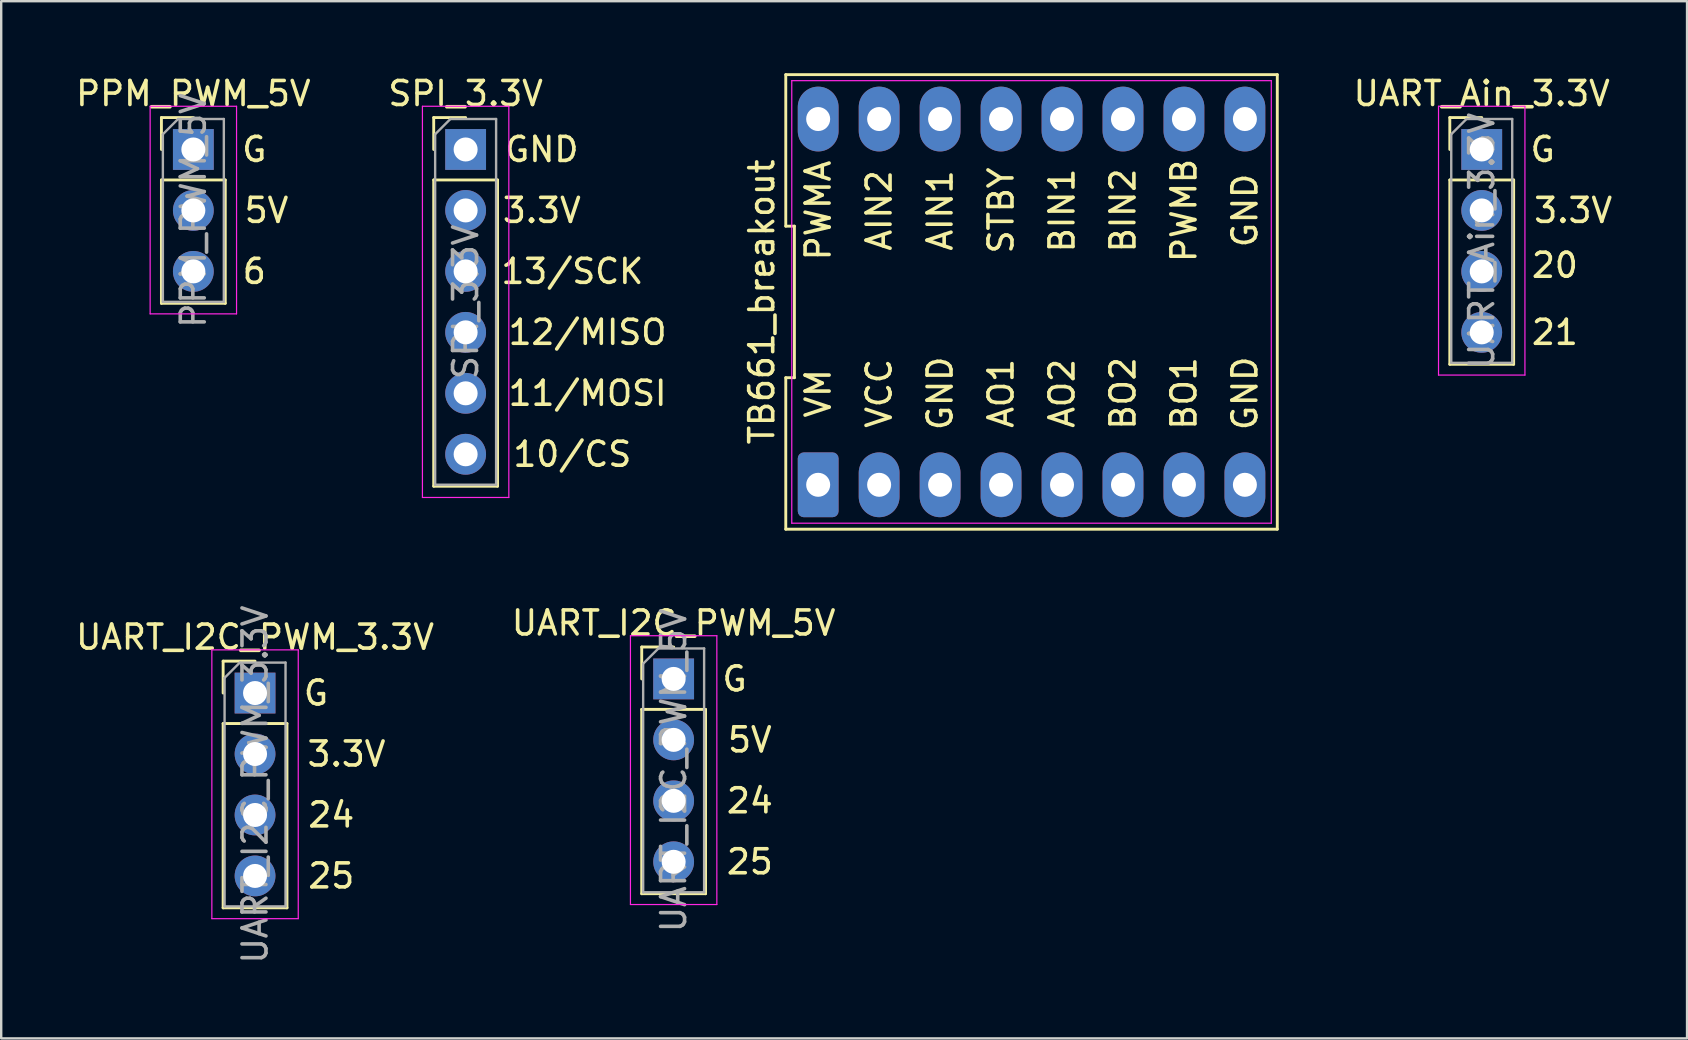
<source format=kicad_pcb>
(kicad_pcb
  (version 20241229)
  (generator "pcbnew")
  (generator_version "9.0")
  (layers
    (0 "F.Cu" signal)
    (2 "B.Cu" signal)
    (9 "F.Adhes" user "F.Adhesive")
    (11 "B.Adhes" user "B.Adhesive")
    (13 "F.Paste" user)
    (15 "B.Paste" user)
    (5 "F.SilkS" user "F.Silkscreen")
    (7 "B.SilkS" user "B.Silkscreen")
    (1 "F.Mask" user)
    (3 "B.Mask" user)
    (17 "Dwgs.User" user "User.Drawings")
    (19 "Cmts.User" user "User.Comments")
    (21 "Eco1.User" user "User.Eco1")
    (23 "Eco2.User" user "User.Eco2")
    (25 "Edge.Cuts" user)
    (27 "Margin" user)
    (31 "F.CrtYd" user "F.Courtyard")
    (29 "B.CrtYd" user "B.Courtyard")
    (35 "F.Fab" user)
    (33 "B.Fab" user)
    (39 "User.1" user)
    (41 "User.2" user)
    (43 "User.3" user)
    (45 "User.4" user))
  (footprint "UART_Ain_3.3V"
    (layer "F.Cu")
    (at 58.688 3.178)
    (property "Reference" "UART_Ain_3.3V" (at 0 -2.33 0) (layer "F.SilkS") (effects (font (size 1 1) (thickness 0.15))))
    (attr through_hole)
    (fp_line (start -1.33 -1.33) (end 0 -1.33) (stroke (width 0.12) (type solid)) (layer "F.SilkS"))
    (fp_line (start -1.33 0) (end -1.33 -1.33) (stroke (width 0.12) (type solid)) (layer "F.SilkS"))
    (fp_line (start -1.33 1.27) (end -1.33 8.95) (stroke (width 0.12) (type solid)) (layer "F.SilkS"))
    (fp_line (start -1.33 1.27) (end 1.33 1.27) (stroke (width 0.12) (type solid)) (layer "F.SilkS"))
    (fp_line (start -1.33 8.95) (end 1.33 8.95) (stroke (width 0.12) (type solid)) (layer "F.SilkS"))
    (fp_line (start 1.33 1.27) (end 1.33 8.95) (stroke (width 0.12) (type solid)) (layer "F.SilkS"))
    (fp_line (start -1.8 -1.8) (end -1.8 9.4) (stroke (width 0.05) (type solid)) (layer "F.CrtYd"))
    (fp_line (start -1.8 9.4) (end 1.8 9.4) (stroke (width 0.05) (type solid)) (layer "F.CrtYd"))
    (fp_line (start 1.8 -1.8) (end -1.8 -1.8) (stroke (width 0.05) (type solid)) (layer "F.CrtYd"))
    (fp_line (start 1.8 9.4) (end 1.8 -1.8) (stroke (width 0.05) (type solid)) (layer "F.CrtYd"))
    (fp_line (start -1.27 -0.635) (end -0.635 -1.27) (stroke (width 0.1) (type solid)) (layer "F.Fab"))
    (fp_line (start -1.27 8.89) (end -1.27 -0.635) (stroke (width 0.1) (type solid)) (layer "F.Fab"))
    (fp_line (start -0.635 -1.27) (end 1.27 -1.27) (stroke (width 0.1) (type solid)) (layer "F.Fab"))
    (fp_line (start 1.27 -1.27) (end 1.27 8.89) (stroke (width 0.1) (type solid)) (layer "F.Fab"))
    (fp_line (start 1.27 8.89) (end -1.27 8.89) (stroke (width 0.1) (type solid)) (layer "F.Fab"))
    (fp_text user "3.3V" (at 3.81 2.54 0) (layer "F.SilkS") (effects (font (size 1 1) (thickness 0.15))))
    (fp_text user "G" (at 2.54 0 0) (layer "F.SilkS") (effects (font (size 1 1) (thickness 0.15))))
    (fp_text user "21" (at 3.048 7.62 0) (layer "F.SilkS") (effects (font (size 1 1) (thickness 0.15))))
    (fp_text user "20" (at 3.048 4.826 0) (layer "F.SilkS") (effects (font (size 1 1) (thickness 0.15))))
    (fp_text user "${REFERENCE}" (at 0 3.81 90) (layer "F.Fab") (effects (font (size 1 1) (thickness 0.15))))
    (pad "1" thru_hole rect (at 0 0) (size 1.7 1.7) (drill 1) (layers "*.Cu" "*.Mask"))
    (pad "2" thru_hole oval (at 0 2.54) (size 1.7 1.7) (drill 1) (layers "*.Cu" "*.Mask"))
    (pad "3" thru_hole oval (at 0 5.08) (size 1.7 1.7) (drill 1) (layers "*.Cu" "*.Mask"))
    (pad "4" thru_hole oval (at 0 7.62) (size 1.7 1.7) (drill 1) (layers "*.Cu" "*.Mask")))
  (footprint "TB661_breakout"
    (layer "F.Cu")
    (at 39.93 9.53)
    (property "Reference" "TB661_breakout" (at -11.24 0 90) (layer "F.SilkS") (effects (font (size 1 1) (thickness 0.15))))
    (attr through_hole)
    (fp_line (start -10.24 -9.47) (end -10.24 -3.157) (stroke (width 0.12) (type solid)) (layer "F.SilkS"))
    (fp_line (start -10.24 -3.157) (end -9.88 -3.157) (stroke (width 0.12) (type solid)) (layer "F.SilkS"))
    (fp_line (start -10.24 3.157) (end -10.24 9.47) (stroke (width 0.12) (type solid)) (layer "F.SilkS"))
    (fp_line (start -10.24 9.47) (end 10.24 9.47) (stroke (width 0.12) (type solid)) (layer "F.SilkS"))
    (fp_line (start -9.88 -3.157) (end -9.88 3.157) (stroke (width 0.12) (type solid)) (layer "F.SilkS"))
    (fp_line (start -9.88 3.157) (end -10.24 3.157) (stroke (width 0.12) (type solid)) (layer "F.SilkS"))
    (fp_line (start 10.24 -9.47) (end -10.24 -9.47) (stroke (width 0.12) (type solid)) (layer "F.SilkS"))
    (fp_line (start 10.24 9.47) (end 10.24 -9.47) (stroke (width 0.12) (type solid)) (layer "F.SilkS"))
    (fp_line (start -9.99 -9.22) (end 9.99 -9.22) (stroke (width 0.05) (type solid)) (layer "F.CrtYd"))
    (fp_line (start -9.99 9.22) (end -9.99 -9.22) (stroke (width 0.05) (type solid)) (layer "F.CrtYd"))
    (fp_line (start 9.99 -9.22) (end 9.99 9.22) (stroke (width 0.05) (type solid)) (layer "F.CrtYd"))
    (fp_line (start 9.99 9.22) (end -9.99 9.22) (stroke (width 0.05) (type solid)) (layer "F.CrtYd"))
    (fp_text user "GND" (at 8.89 -3.81 90) (layer "F.SilkS") (effects (font (size 1 1) (thickness 0.15))))
    (fp_text user "STBY" (at -1.27 -3.81 90) (layer "F.SilkS") (effects (font (size 1 1) (thickness 0.15))))
    (fp_text user "AO2" (at 1.27 3.81 90) (layer "F.SilkS") (effects (font (size 1 1) (thickness 0.15))))
    (fp_text user "AO1" (at -1.27 3.81 90) (layer "F.SilkS") (effects (font (size 1 1) (thickness 0.15))))
    (fp_text user "AIN1" (at -3.81 -3.81 90) (layer "F.SilkS") (effects (font (size 1 1) (thickness 0.15))))
    (fp_text user "VM" (at -8.89 3.81 90) (layer "F.SilkS") (effects (font (size 1 1) (thickness 0.15))))
    (fp_text user "GND" (at -3.81 3.81 90) (layer "F.SilkS") (effects (font (size 1 1) (thickness 0.15))))
    (fp_text user "PWMB" (at 6.35 -3.81 90) (layer "F.SilkS") (effects (font (size 1 1) (thickness 0.15))))
    (fp_text user "BIN2" (at 3.81 -3.81 90) (layer "F.SilkS") (effects (font (size 1 1) (thickness 0.15))))
    (fp_text user "PWMA" (at -8.89 -3.81 90) (layer "F.SilkS") (effects (font (size 1 1) (thickness 0.15))))
    (fp_text user "GND" (at 8.89 3.81 90) (layer "F.SilkS") (effects (font (size 1 1) (thickness 0.15))))
    (fp_text user "BO2" (at 3.81 3.81 90) (layer "F.SilkS") (effects (font (size 1 1) (thickness 0.15))))
    (fp_text user "BIN1" (at 1.27 -3.81 90) (layer "F.SilkS") (effects (font (size 1 1) (thickness 0.15))))
    (fp_text user "AIN2" (at -6.35 -3.81 90) (layer "F.SilkS") (effects (font (size 1 1) (thickness 0.15))))
    (fp_text user "BO1" (at 6.35 3.81 90) (layer "F.SilkS") (effects (font (size 1 1) (thickness 0.15))))
    (fp_text user "VCC" (at -6.35 3.81 90) (layer "F.SilkS") (effects (font (size 1 1) (thickness 0.15))))
    (pad "1" thru_hole roundrect (at -8.89 7.62) (size 1.7 2.7) (drill 1) (layers "*.Cu" "*.Mask") (roundrect_rratio 0.147))
    (pad "2" thru_hole oval (at -6.35 7.62) (size 1.7 2.7) (drill 1) (layers "*.Cu" "*.Mask"))
    (pad "3" thru_hole oval (at -3.81 7.62) (size 1.7 2.7) (drill 1) (layers "*.Cu" "*.Mask"))
    (pad "4" thru_hole oval (at -1.27 7.62) (size 1.7 2.7) (drill 1) (layers "*.Cu" "*.Mask"))
    (pad "5" thru_hole oval (at 1.27 7.62) (size 1.7 2.7) (drill 1) (layers "*.Cu" "*.Mask"))
    (pad "6" thru_hole oval (at 3.81 7.62) (size 1.7 2.7) (drill 1) (layers "*.Cu" "*.Mask"))
    (pad "7" thru_hole oval (at 6.35 7.62) (size 1.7 2.7) (drill 1) (layers "*.Cu" "*.Mask"))
    (pad "8" thru_hole oval (at 8.89 7.62) (size 1.7 2.7) (drill 1) (layers "*.Cu" "*.Mask"))
    (pad "9" thru_hole oval (at 8.89 -7.62) (size 1.7 2.7) (drill 1) (layers "*.Cu" "*.Mask"))
    (pad "10" thru_hole oval (at 6.35 -7.62) (size 1.7 2.7) (drill 1) (layers "*.Cu" "*.Mask"))
    (pad "11" thru_hole oval (at 3.81 -7.62) (size 1.7 2.7) (drill 1) (layers "*.Cu" "*.Mask"))
    (pad "12" thru_hole oval (at 1.27 -7.62) (size 1.7 2.7) (drill 1) (layers "*.Cu" "*.Mask"))
    (pad "13" thru_hole oval (at -1.27 -7.62) (size 1.7 2.7) (drill 1) (layers "*.Cu" "*.Mask"))
    (pad "14" thru_hole oval (at -3.81 -7.62) (size 1.7 2.7) (drill 1) (layers "*.Cu" "*.Mask"))
    (pad "15" thru_hole oval (at -6.35 -7.62) (size 1.7 2.7) (drill 1) (layers "*.Cu" "*.Mask"))
    (pad "16" thru_hole oval (at -8.89 -7.62) (size 1.7 2.7) (drill 1) (layers "*.Cu" "*.Mask")))
  (footprint "PPM_PWM_5V"
    (layer "F.Cu")
    (at 5.006 3.178)
    (property "Reference" "PPM_PWM_5V" (at 0 -2.33 0) (layer "F.SilkS") (effects (font (size 1 1) (thickness 0.15))))
    (attr through_hole)
    (fp_line (start -1.33 -1.33) (end 0 -1.33) (stroke (width 0.12) (type solid)) (layer "F.SilkS"))
    (fp_line (start -1.33 0) (end -1.33 -1.33) (stroke (width 0.12) (type solid)) (layer "F.SilkS"))
    (fp_line (start -1.33 1.27) (end -1.33 6.41) (stroke (width 0.12) (type solid)) (layer "F.SilkS"))
    (fp_line (start -1.33 1.27) (end 1.33 1.27) (stroke (width 0.12) (type solid)) (layer "F.SilkS"))
    (fp_line (start -1.33 6.41) (end 1.33 6.41) (stroke (width 0.12) (type solid)) (layer "F.SilkS"))
    (fp_line (start 1.33 1.27) (end 1.33 6.41) (stroke (width 0.12) (type solid)) (layer "F.SilkS"))
    (fp_line (start -1.8 -1.8) (end -1.8 6.85) (stroke (width 0.05) (type solid)) (layer "F.CrtYd"))
    (fp_line (start -1.8 6.85) (end 1.8 6.85) (stroke (width 0.05) (type solid)) (layer "F.CrtYd"))
    (fp_line (start 1.8 -1.8) (end -1.8 -1.8) (stroke (width 0.05) (type solid)) (layer "F.CrtYd"))
    (fp_line (start 1.8 6.85) (end 1.8 -1.8) (stroke (width 0.05) (type solid)) (layer "F.CrtYd"))
    (fp_line (start -1.27 -0.635) (end -0.635 -1.27) (stroke (width 0.1) (type solid)) (layer "F.Fab"))
    (fp_line (start -1.27 6.35) (end -1.27 -0.635) (stroke (width 0.1) (type solid)) (layer "F.Fab"))
    (fp_line (start -0.635 -1.27) (end 1.27 -1.27) (stroke (width 0.1) (type solid)) (layer "F.Fab"))
    (fp_line (start 1.27 -1.27) (end 1.27 6.35) (stroke (width 0.1) (type solid)) (layer "F.Fab"))
    (fp_line (start 1.27 6.35) (end -1.27 6.35) (stroke (width 0.1) (type solid)) (layer "F.Fab"))
    (fp_text user "G" (at 2.54 0 0) (layer "F.SilkS") (effects (font (size 1 1) (thickness 0.15))))
    (fp_text user "6" (at 2.54 5.08 0) (layer "F.SilkS") (effects (font (size 1 1) (thickness 0.15))))
    (fp_text user "5V" (at 3.048 2.54 0) (layer "F.SilkS") (effects (font (size 1 1) (thickness 0.15))))
    (fp_text user "${REFERENCE}" (at 0 2.54 90) (layer "F.Fab") (effects (font (size 1 1) (thickness 0.15))))
    (pad "1" thru_hole rect (at 0 0) (size 1.7 1.7) (drill 1) (layers "*.Cu" "*.Mask"))
    (pad "2" thru_hole oval (at 0 2.54) (size 1.7 1.7) (drill 1) (layers "*.Cu" "*.Mask"))
    (pad "3" thru_hole oval (at 0 5.08) (size 1.7 1.7) (drill 1) (layers "*.Cu" "*.Mask")))
  (footprint "UART_I2C_PWM_3.3V"
    (layer "F.Cu")
    (at 7.577 25.827)
    (property "Reference" "UART_I2C_PWM_3.3V" (at 0 -2.33 0) (layer "F.SilkS") (effects (font (size 1 1) (thickness 0.15))))
    (attr through_hole)
    (fp_line (start -1.33 -1.33) (end 0 -1.33) (stroke (width 0.12) (type solid)) (layer "F.SilkS"))
    (fp_line (start -1.33 0) (end -1.33 -1.33) (stroke (width 0.12) (type solid)) (layer "F.SilkS"))
    (fp_line (start -1.33 1.27) (end -1.33 8.95) (stroke (width 0.12) (type solid)) (layer "F.SilkS"))
    (fp_line (start -1.33 1.27) (end 1.33 1.27) (stroke (width 0.12) (type solid)) (layer "F.SilkS"))
    (fp_line (start -1.33 8.95) (end 1.33 8.95) (stroke (width 0.12) (type solid)) (layer "F.SilkS"))
    (fp_line (start 1.33 1.27) (end 1.33 8.95) (stroke (width 0.12) (type solid)) (layer "F.SilkS"))
    (fp_line (start -1.8 -1.8) (end -1.8 9.4) (stroke (width 0.05) (type solid)) (layer "F.CrtYd"))
    (fp_line (start -1.8 9.4) (end 1.8 9.4) (stroke (width 0.05) (type solid)) (layer "F.CrtYd"))
    (fp_line (start 1.8 -1.8) (end -1.8 -1.8) (stroke (width 0.05) (type solid)) (layer "F.CrtYd"))
    (fp_line (start 1.8 9.4) (end 1.8 -1.8) (stroke (width 0.05) (type solid)) (layer "F.CrtYd"))
    (fp_line (start -1.27 -0.635) (end -0.635 -1.27) (stroke (width 0.1) (type solid)) (layer "F.Fab"))
    (fp_line (start -1.27 8.89) (end -1.27 -0.635) (stroke (width 0.1) (type solid)) (layer "F.Fab"))
    (fp_line (start -0.635 -1.27) (end 1.27 -1.27) (stroke (width 0.1) (type solid)) (layer "F.Fab"))
    (fp_line (start 1.27 -1.27) (end 1.27 8.89) (stroke (width 0.1) (type solid)) (layer "F.Fab"))
    (fp_line (start 1.27 8.89) (end -1.27 8.89) (stroke (width 0.1) (type solid)) (layer "F.Fab"))
    (fp_text user "3.3V" (at 3.81 2.54 0) (layer "F.SilkS") (effects (font (size 1 1) (thickness 0.15))))
    (fp_text user "G" (at 2.54 0 0) (layer "F.SilkS") (effects (font (size 1 1) (thickness 0.15))))
    (fp_text user "25" (at 3.175 7.62 0) (layer "F.SilkS") (effects (font (size 1 1) (thickness 0.15))))
    (fp_text user "24" (at 3.175 5.08 0) (layer "F.SilkS") (effects (font (size 1 1) (thickness 0.15))))
    (fp_text user "${REFERENCE}" (at 0 3.81 90) (layer "F.Fab") (effects (font (size 1 1) (thickness 0.15))))
    (pad "1" thru_hole rect (at 0 0) (size 1.7 1.7) (drill 1) (layers "*.Cu" "*.Mask"))
    (pad "2" thru_hole oval (at 0 2.54) (size 1.7 1.7) (drill 1) (layers "*.Cu" "*.Mask"))
    (pad "3" thru_hole oval (at 0 5.08) (size 1.7 1.7) (drill 1) (layers "*.Cu" "*.Mask"))
    (pad "4" thru_hole oval (at 0 7.62) (size 1.7 1.7) (drill 1) (layers "*.Cu" "*.Mask")))
  (footprint "UART_I2C_PWM_5V"
    (layer "F.Cu")
    (at 25.018 25.238)
    (property "Reference" "UART_I2C_PWM_5V" (at 0 -2.33 0) (layer "F.SilkS") (effects (font (size 1 1) (thickness 0.15))))
    (attr through_hole)
    (fp_line (start -1.33 -1.33) (end 0 -1.33) (stroke (width 0.12) (type solid)) (layer "F.SilkS"))
    (fp_line (start -1.33 0) (end -1.33 -1.33) (stroke (width 0.12) (type solid)) (layer "F.SilkS"))
    (fp_line (start -1.33 1.27) (end -1.33 8.95) (stroke (width 0.12) (type solid)) (layer "F.SilkS"))
    (fp_line (start -1.33 1.27) (end 1.33 1.27) (stroke (width 0.12) (type solid)) (layer "F.SilkS"))
    (fp_line (start -1.33 8.95) (end 1.33 8.95) (stroke (width 0.12) (type solid)) (layer "F.SilkS"))
    (fp_line (start 1.33 1.27) (end 1.33 8.95) (stroke (width 0.12) (type solid)) (layer "F.SilkS"))
    (fp_line (start -1.8 -1.8) (end -1.8 9.4) (stroke (width 0.05) (type solid)) (layer "F.CrtYd"))
    (fp_line (start -1.8 9.4) (end 1.8 9.4) (stroke (width 0.05) (type solid)) (layer "F.CrtYd"))
    (fp_line (start 1.8 -1.8) (end -1.8 -1.8) (stroke (width 0.05) (type solid)) (layer "F.CrtYd"))
    (fp_line (start 1.8 9.4) (end 1.8 -1.8) (stroke (width 0.05) (type solid)) (layer "F.CrtYd"))
    (fp_line (start -1.27 -0.635) (end -0.635 -1.27) (stroke (width 0.1) (type solid)) (layer "F.Fab"))
    (fp_line (start -1.27 8.89) (end -1.27 -0.635) (stroke (width 0.1) (type solid)) (layer "F.Fab"))
    (fp_line (start -0.635 -1.27) (end 1.27 -1.27) (stroke (width 0.1) (type solid)) (layer "F.Fab"))
    (fp_line (start 1.27 -1.27) (end 1.27 8.89) (stroke (width 0.1) (type solid)) (layer "F.Fab"))
    (fp_line (start 1.27 8.89) (end -1.27 8.89) (stroke (width 0.1) (type solid)) (layer "F.Fab"))
    (fp_text user "24" (at 3.175 5.08 0) (layer "F.SilkS") (effects (font (size 1 1) (thickness 0.15))))
    (fp_text user "25" (at 3.175 7.62 0) (layer "F.SilkS") (effects (font (size 1 1) (thickness 0.15))))
    (fp_text user "5V" (at 3.175 2.54 0) (layer "F.SilkS") (effects (font (size 1 1) (thickness 0.15))))
    (fp_text user "G" (at 2.54 0 0) (layer "F.SilkS") (effects (font (size 1 1) (thickness 0.15))))
    (fp_text user "${REFERENCE}" (at 0 3.81 90) (layer "F.Fab") (effects (font (size 1 1) (thickness 0.15))))
    (pad "1" thru_hole rect (at 0 0) (size 1.7 1.7) (drill 1) (layers "*.Cu" "*.Mask"))
    (pad "2" thru_hole oval (at 0 2.54) (size 1.7 1.7) (drill 1) (layers "*.Cu" "*.Mask"))
    (pad "3" thru_hole oval (at 0 5.08) (size 1.7 1.7) (drill 1) (layers "*.Cu" "*.Mask"))
    (pad "4" thru_hole oval (at 0 7.62) (size 1.7 1.7) (drill 1) (layers "*.Cu" "*.Mask")))
  (footprint "SPI_3.3V"
    (layer "F.Cu")
    (at 16.351 3.178)
    (property "Reference" "SPI_3.3V" (at 0 -2.33 0) (layer "F.SilkS") (effects (font (size 1 1) (thickness 0.15))))
    (attr through_hole)
    (fp_line (start -1.33 -1.33) (end 0 -1.33) (stroke (width 0.12) (type solid)) (layer "F.SilkS"))
    (fp_line (start -1.33 0) (end -1.33 -1.33) (stroke (width 0.12) (type solid)) (layer "F.SilkS"))
    (fp_line (start -1.33 1.27) (end -1.33 14.03) (stroke (width 0.12) (type solid)) (layer "F.SilkS"))
    (fp_line (start -1.33 1.27) (end 1.33 1.27) (stroke (width 0.12) (type solid)) (layer "F.SilkS"))
    (fp_line (start -1.33 14.03) (end 1.33 14.03) (stroke (width 0.12) (type solid)) (layer "F.SilkS"))
    (fp_line (start 1.33 1.27) (end 1.33 14.03) (stroke (width 0.12) (type solid)) (layer "F.SilkS"))
    (fp_line (start -1.8 -1.8) (end -1.8 14.5) (stroke (width 0.05) (type solid)) (layer "F.CrtYd"))
    (fp_line (start -1.8 14.5) (end 1.8 14.5) (stroke (width 0.05) (type solid)) (layer "F.CrtYd"))
    (fp_line (start 1.8 -1.8) (end -1.8 -1.8) (stroke (width 0.05) (type solid)) (layer "F.CrtYd"))
    (fp_line (start 1.8 14.5) (end 1.8 -1.8) (stroke (width 0.05) (type solid)) (layer "F.CrtYd"))
    (fp_line (start -1.27 -0.635) (end -0.635 -1.27) (stroke (width 0.1) (type solid)) (layer "F.Fab"))
    (fp_line (start -1.27 13.97) (end -1.27 -0.635) (stroke (width 0.1) (type solid)) (layer "F.Fab"))
    (fp_line (start -0.635 -1.27) (end 1.27 -1.27) (stroke (width 0.1) (type solid)) (layer "F.Fab"))
    (fp_line (start 1.27 -1.27) (end 1.27 13.97) (stroke (width 0.1) (type solid)) (layer "F.Fab"))
    (fp_line (start 1.27 13.97) (end -1.27 13.97) (stroke (width 0.1) (type solid)) (layer "F.Fab"))
    (fp_text user "11/MOSI" (at 5.08 10.16 0) (layer "F.SilkS") (effects (font (size 1 1) (thickness 0.15))))
    (fp_text user "10/CS" (at 4.445 12.7 0) (layer "F.SilkS") (effects (font (size 1 1) (thickness 0.15))))
    (fp_text user "3.3V" (at 3.175 2.54 0) (layer "F.SilkS") (effects (font (size 1 1) (thickness 0.15))))
    (fp_text user "13/SCK" (at 4.445 5.08 0) (layer "F.SilkS") (effects (font (size 1 1) (thickness 0.15))))
    (fp_text user "GND" (at 3.175 0 0) (layer "F.SilkS") (effects (font (size 1 1) (thickness 0.15))))
    (fp_text user "12/MISO" (at 5.08 7.62 0) (layer "F.SilkS") (effects (font (size 1 1) (thickness 0.15))))
    (fp_text user "${REFERENCE}" (at 0 6.35 90) (layer "F.Fab") (effects (font (size 1 1) (thickness 0.15))))
    (pad "1" thru_hole rect (at 0 0) (size 1.7 1.7) (drill 1) (layers "*.Cu" "*.Mask"))
    (pad "2" thru_hole oval (at 0 2.54) (size 1.7 1.7) (drill 1) (layers "*.Cu" "*.Mask"))
    (pad "3" thru_hole oval (at 0 5.08) (size 1.7 1.7) (drill 1) (layers "*.Cu" "*.Mask"))
    (pad "4" thru_hole oval (at 0 7.62) (size 1.7 1.7) (drill 1) (layers "*.Cu" "*.Mask"))
    (pad "5" thru_hole oval (at 0 10.16) (size 1.7 1.7) (drill 1) (layers "*.Cu" "*.Mask"))
    (pad "6" thru_hole oval (at 0 12.7) (size 1.7 1.7) (drill 1) (layers "*.Cu" "*.Mask")))
  (gr_rect
    (start -3 -3)
    (end 67.243 40.215)
    (stroke (width 0.1) (type default))
    (fill no)
    (layer "Edge.Cuts")))
</source>
